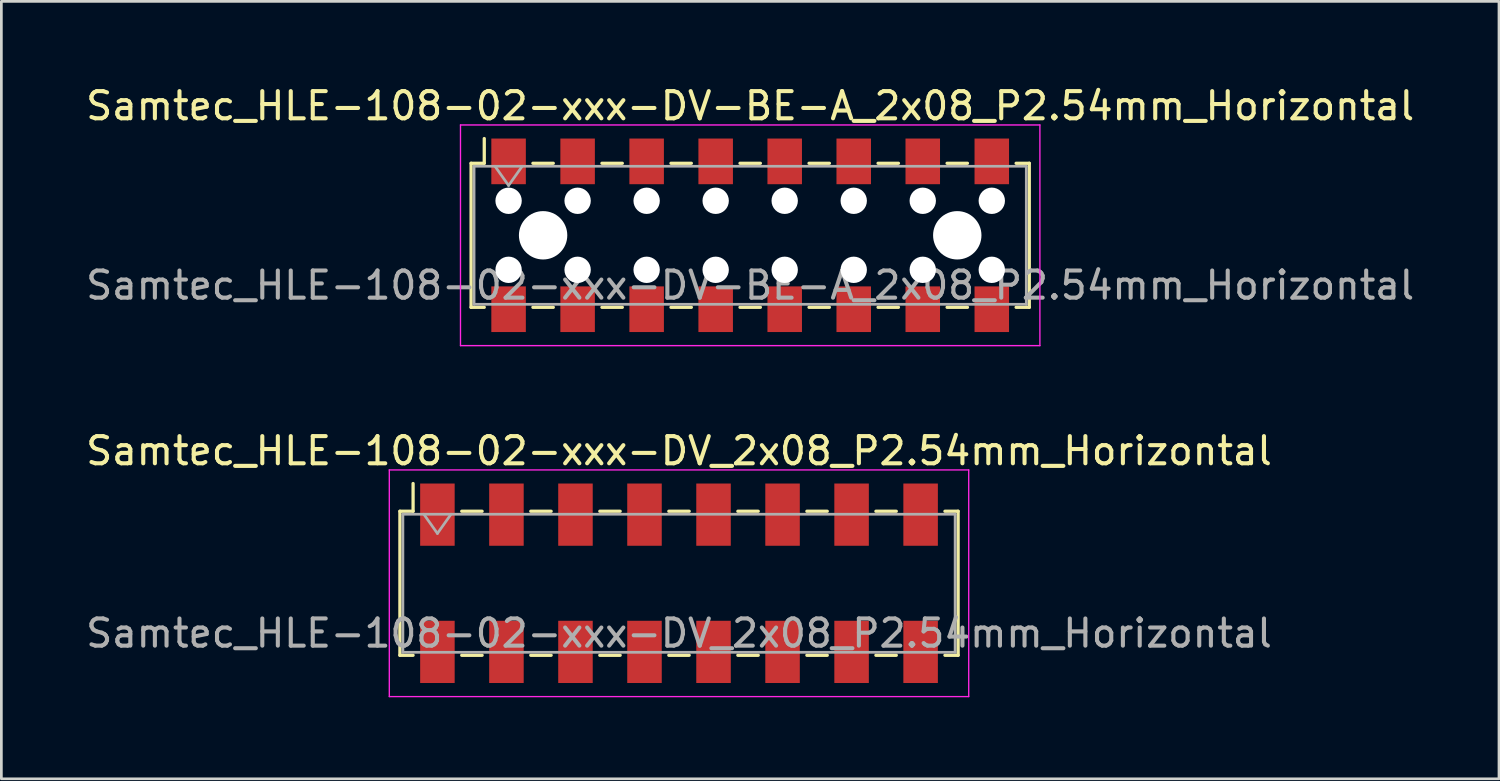
<source format=kicad_pcb>
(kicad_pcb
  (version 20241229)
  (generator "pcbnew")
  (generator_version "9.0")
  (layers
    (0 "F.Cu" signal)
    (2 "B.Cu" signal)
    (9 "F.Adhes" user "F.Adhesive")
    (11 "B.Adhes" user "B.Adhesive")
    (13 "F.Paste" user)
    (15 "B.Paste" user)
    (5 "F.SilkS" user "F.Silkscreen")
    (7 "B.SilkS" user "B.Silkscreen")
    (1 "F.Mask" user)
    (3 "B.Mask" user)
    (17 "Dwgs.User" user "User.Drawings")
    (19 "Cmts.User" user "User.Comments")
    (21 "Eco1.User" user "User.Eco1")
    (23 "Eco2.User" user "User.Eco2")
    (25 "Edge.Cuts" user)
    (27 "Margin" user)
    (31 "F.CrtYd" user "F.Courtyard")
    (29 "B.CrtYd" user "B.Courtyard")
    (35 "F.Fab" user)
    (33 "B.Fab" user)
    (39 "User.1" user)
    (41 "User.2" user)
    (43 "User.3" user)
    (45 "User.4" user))
  (footprint "Samtec_HLE-108-02-xxx-DV_2x08_P2.54mm_Horizontal"
    (layer "F.Cu")
    (at 21.935 18.412)
    (property "Reference" "Samtec_HLE-108-02-xxx-DV_2x08_P2.54mm_Horizontal" (at 0 -4.87 0) (layer "F.SilkS") (effects (font (size 1 1) (thickness 0.15))))
    (attr smd)
    (fp_line (start -10.27 -2.65) (end -10.27 2.65) (stroke (width 0.12) (type solid)) (layer "F.SilkS"))
    (fp_line (start -10.27 2.65) (end -9.785 2.65) (stroke (width 0.12) (type solid)) (layer "F.SilkS"))
    (fp_line (start -9.785 -3.67) (end -9.785 -2.65) (stroke (width 0.12) (type solid)) (layer "F.SilkS"))
    (fp_line (start -9.785 -2.65) (end -10.27 -2.65) (stroke (width 0.12) (type solid)) (layer "F.SilkS"))
    (fp_line (start -7.995 -2.65) (end -7.245 -2.65) (stroke (width 0.12) (type solid)) (layer "F.SilkS"))
    (fp_line (start -7.995 2.65) (end -7.245 2.65) (stroke (width 0.12) (type solid)) (layer "F.SilkS"))
    (fp_line (start -5.455 -2.65) (end -4.705 -2.65) (stroke (width 0.12) (type solid)) (layer "F.SilkS"))
    (fp_line (start -5.455 2.65) (end -4.705 2.65) (stroke (width 0.12) (type solid)) (layer "F.SilkS"))
    (fp_line (start -2.915 -2.65) (end -2.165 -2.65) (stroke (width 0.12) (type solid)) (layer "F.SilkS"))
    (fp_line (start -2.915 2.65) (end -2.165 2.65) (stroke (width 0.12) (type solid)) (layer "F.SilkS"))
    (fp_line (start -0.375 -2.65) (end 0.375 -2.65) (stroke (width 0.12) (type solid)) (layer "F.SilkS"))
    (fp_line (start -0.375 2.65) (end 0.375 2.65) (stroke (width 0.12) (type solid)) (layer "F.SilkS"))
    (fp_line (start 2.165 -2.65) (end 2.915 -2.65) (stroke (width 0.12) (type solid)) (layer "F.SilkS"))
    (fp_line (start 2.165 2.65) (end 2.915 2.65) (stroke (width 0.12) (type solid)) (layer "F.SilkS"))
    (fp_line (start 4.705 -2.65) (end 5.455 -2.65) (stroke (width 0.12) (type solid)) (layer "F.SilkS"))
    (fp_line (start 4.705 2.65) (end 5.455 2.65) (stroke (width 0.12) (type solid)) (layer "F.SilkS"))
    (fp_line (start 7.245 -2.65) (end 7.995 -2.65) (stroke (width 0.12) (type solid)) (layer "F.SilkS"))
    (fp_line (start 7.245 2.65) (end 7.995 2.65) (stroke (width 0.12) (type solid)) (layer "F.SilkS"))
    (fp_line (start 9.785 -2.65) (end 10.27 -2.65) (stroke (width 0.12) (type solid)) (layer "F.SilkS"))
    (fp_line (start 10.27 -2.65) (end 10.27 2.65) (stroke (width 0.12) (type solid)) (layer "F.SilkS"))
    (fp_line (start 10.27 2.65) (end 9.785 2.65) (stroke (width 0.12) (type solid)) (layer "F.SilkS"))
    (fp_line (start -10.66 -4.17) (end 10.66 -4.17) (stroke (width 0.05) (type solid)) (layer "F.CrtYd"))
    (fp_line (start -10.66 4.17) (end -10.66 -4.17) (stroke (width 0.05) (type solid)) (layer "F.CrtYd"))
    (fp_line (start 10.66 -4.17) (end 10.66 4.17) (stroke (width 0.05) (type solid)) (layer "F.CrtYd"))
    (fp_line (start 10.66 4.17) (end -10.66 4.17) (stroke (width 0.05) (type solid)) (layer "F.CrtYd"))
    (fp_line (start -10.16 -2.54) (end 10.16 -2.54) (stroke (width 0.1) (type solid)) (layer "F.Fab"))
    (fp_line (start -10.16 2.54) (end -10.16 -2.54) (stroke (width 0.1) (type solid)) (layer "F.Fab"))
    (fp_line (start -9.39 -2.54) (end -8.89 -1.833) (stroke (width 0.1) (type solid)) (layer "F.Fab"))
    (fp_line (start -8.89 -1.833) (end -8.39 -2.54) (stroke (width 0.1) (type solid)) (layer "F.Fab"))
    (fp_line (start 10.16 -2.54) (end 10.16 2.54) (stroke (width 0.1) (type solid)) (layer "F.Fab"))
    (fp_line (start 10.16 2.54) (end -10.16 2.54) (stroke (width 0.1) (type solid)) (layer "F.Fab"))
    (fp_text user "${REFERENCE}" (at 0 1.84 0) (layer "F.Fab") (effects (font (size 1 1) (thickness 0.15))))
    (pad "1" smd rect (at -8.89 -2.525) (size 1.27 2.29) (layers "F.Cu" "F.Mask" "F.Paste"))
    (pad "2" smd rect (at -8.89 2.525) (size 1.27 2.29) (layers "F.Cu" "F.Mask" "F.Paste"))
    (pad "3" smd rect (at -6.35 -2.525) (size 1.27 2.29) (layers "F.Cu" "F.Mask" "F.Paste"))
    (pad "4" smd rect (at -6.35 2.525) (size 1.27 2.29) (layers "F.Cu" "F.Mask" "F.Paste"))
    (pad "5" smd rect (at -3.81 -2.525) (size 1.27 2.29) (layers "F.Cu" "F.Mask" "F.Paste"))
    (pad "6" smd rect (at -3.81 2.525) (size 1.27 2.29) (layers "F.Cu" "F.Mask" "F.Paste"))
    (pad "7" smd rect (at -1.27 -2.525) (size 1.27 2.29) (layers "F.Cu" "F.Mask" "F.Paste"))
    (pad "8" smd rect (at -1.27 2.525) (size 1.27 2.29) (layers "F.Cu" "F.Mask" "F.Paste"))
    (pad "9" smd rect (at 1.27 -2.525) (size 1.27 2.29) (layers "F.Cu" "F.Mask" "F.Paste"))
    (pad "10" smd rect (at 1.27 2.525) (size 1.27 2.29) (layers "F.Cu" "F.Mask" "F.Paste"))
    (pad "11" smd rect (at 3.81 -2.525) (size 1.27 2.29) (layers "F.Cu" "F.Mask" "F.Paste"))
    (pad "12" smd rect (at 3.81 2.525) (size 1.27 2.29) (layers "F.Cu" "F.Mask" "F.Paste"))
    (pad "13" smd rect (at 6.35 -2.525) (size 1.27 2.29) (layers "F.Cu" "F.Mask" "F.Paste"))
    (pad "14" smd rect (at 6.35 2.525) (size 1.27 2.29) (layers "F.Cu" "F.Mask" "F.Paste"))
    (pad "15" smd rect (at 8.89 -2.525) (size 1.27 2.29) (layers "F.Cu" "F.Mask" "F.Paste"))
    (pad "16" smd rect (at 8.89 2.525) (size 1.27 2.29) (layers "F.Cu" "F.Mask" "F.Paste")))
  (footprint "Samtec_HLE-108-02-xxx-DV-BE-A_2x08_P2.54mm_Horizontal"
    (layer "F.Cu")
    (at 24.554 5.608)
    (property "Reference" "Samtec_HLE-108-02-xxx-DV-BE-A_2x08_P2.54mm_Horizontal" (at 0 -4.76 0) (layer "F.SilkS") (effects (font (size 1 1) (thickness 0.15))))
    (attr smd)
    (fp_line (start -10.27 -2.65) (end -10.27 2.65) (stroke (width 0.12) (type solid)) (layer "F.SilkS"))
    (fp_line (start -10.27 2.65) (end -9.785 2.65) (stroke (width 0.12) (type solid)) (layer "F.SilkS"))
    (fp_line (start -9.785 -3.56) (end -9.785 -2.65) (stroke (width 0.12) (type solid)) (layer "F.SilkS"))
    (fp_line (start -9.785 -2.65) (end -10.27 -2.65) (stroke (width 0.12) (type solid)) (layer "F.SilkS"))
    (fp_line (start -7.995 -2.65) (end -7.245 -2.65) (stroke (width 0.12) (type solid)) (layer "F.SilkS"))
    (fp_line (start -7.995 2.65) (end -7.245 2.65) (stroke (width 0.12) (type solid)) (layer "F.SilkS"))
    (fp_line (start -5.455 -2.65) (end -4.705 -2.65) (stroke (width 0.12) (type solid)) (layer "F.SilkS"))
    (fp_line (start -5.455 2.65) (end -4.705 2.65) (stroke (width 0.12) (type solid)) (layer "F.SilkS"))
    (fp_line (start -2.915 -2.65) (end -2.165 -2.65) (stroke (width 0.12) (type solid)) (layer "F.SilkS"))
    (fp_line (start -2.915 2.65) (end -2.165 2.65) (stroke (width 0.12) (type solid)) (layer "F.SilkS"))
    (fp_line (start -0.375 -2.65) (end 0.375 -2.65) (stroke (width 0.12) (type solid)) (layer "F.SilkS"))
    (fp_line (start -0.375 2.65) (end 0.375 2.65) (stroke (width 0.12) (type solid)) (layer "F.SilkS"))
    (fp_line (start 2.165 -2.65) (end 2.915 -2.65) (stroke (width 0.12) (type solid)) (layer "F.SilkS"))
    (fp_line (start 2.165 2.65) (end 2.915 2.65) (stroke (width 0.12) (type solid)) (layer "F.SilkS"))
    (fp_line (start 4.705 -2.65) (end 5.455 -2.65) (stroke (width 0.12) (type solid)) (layer "F.SilkS"))
    (fp_line (start 4.705 2.65) (end 5.455 2.65) (stroke (width 0.12) (type solid)) (layer "F.SilkS"))
    (fp_line (start 7.245 -2.65) (end 7.995 -2.65) (stroke (width 0.12) (type solid)) (layer "F.SilkS"))
    (fp_line (start 7.245 2.65) (end 7.995 2.65) (stroke (width 0.12) (type solid)) (layer "F.SilkS"))
    (fp_line (start 9.785 -2.65) (end 10.27 -2.65) (stroke (width 0.12) (type solid)) (layer "F.SilkS"))
    (fp_line (start 10.27 -2.65) (end 10.27 2.65) (stroke (width 0.12) (type solid)) (layer "F.SilkS"))
    (fp_line (start 10.27 2.65) (end 9.785 2.65) (stroke (width 0.12) (type solid)) (layer "F.SilkS"))
    (fp_line (start -10.66 -4.06) (end 10.66 -4.06) (stroke (width 0.05) (type solid)) (layer "F.CrtYd"))
    (fp_line (start -10.66 4.06) (end -10.66 -4.06) (stroke (width 0.05) (type solid)) (layer "F.CrtYd"))
    (fp_line (start 10.66 -4.06) (end 10.66 4.06) (stroke (width 0.05) (type solid)) (layer "F.CrtYd"))
    (fp_line (start 10.66 4.06) (end -10.66 4.06) (stroke (width 0.05) (type solid)) (layer "F.CrtYd"))
    (fp_line (start -10.16 -2.54) (end 10.16 -2.54) (stroke (width 0.1) (type solid)) (layer "F.Fab"))
    (fp_line (start -10.16 2.54) (end -10.16 -2.54) (stroke (width 0.1) (type solid)) (layer "F.Fab"))
    (fp_line (start -9.39 -2.54) (end -8.89 -1.833) (stroke (width 0.1) (type solid)) (layer "F.Fab"))
    (fp_line (start -8.89 -1.833) (end -8.39 -2.54) (stroke (width 0.1) (type solid)) (layer "F.Fab"))
    (fp_line (start 10.16 -2.54) (end 10.16 2.54) (stroke (width 0.1) (type solid)) (layer "F.Fab"))
    (fp_line (start 10.16 2.54) (end -10.16 2.54) (stroke (width 0.1) (type solid)) (layer "F.Fab"))
    (fp_text user "${REFERENCE}" (at 0 1.84 0) (layer "F.Fab") (effects (font (size 1 1) (thickness 0.15))))
    (pad "" np_thru_hole circle (at -8.89 -1.27) (size 0.97 0.97) (drill 0.97) (layers "*.Cu" "*.Mask"))
    (pad "" np_thru_hole circle (at -8.89 1.27) (size 0.97 0.97) (drill 0.97) (layers "*.Cu" "*.Mask"))
    (pad "" np_thru_hole circle (at -7.62 0) (size 1.78 1.78) (drill 1.78) (layers "*.Cu" "*.Mask"))
    (pad "" np_thru_hole circle (at -6.35 -1.27) (size 0.97 0.97) (drill 0.97) (layers "*.Cu" "*.Mask"))
    (pad "" np_thru_hole circle (at -6.35 1.27) (size 0.97 0.97) (drill 0.97) (layers "*.Cu" "*.Mask"))
    (pad "" np_thru_hole circle (at -3.81 -1.27) (size 0.97 0.97) (drill 0.97) (layers "*.Cu" "*.Mask"))
    (pad "" np_thru_hole circle (at -3.81 1.27) (size 0.97 0.97) (drill 0.97) (layers "*.Cu" "*.Mask"))
    (pad "" np_thru_hole circle (at -1.27 -1.27) (size 0.97 0.97) (drill 0.97) (layers "*.Cu" "*.Mask"))
    (pad "" np_thru_hole circle (at -1.27 1.27) (size 0.97 0.97) (drill 0.97) (layers "*.Cu" "*.Mask"))
    (pad "" np_thru_hole circle (at 1.27 -1.27) (size 0.97 0.97) (drill 0.97) (layers "*.Cu" "*.Mask"))
    (pad "" np_thru_hole circle (at 1.27 1.27) (size 0.97 0.97) (drill 0.97) (layers "*.Cu" "*.Mask"))
    (pad "" np_thru_hole circle (at 3.81 -1.27) (size 0.97 0.97) (drill 0.97) (layers "*.Cu" "*.Mask"))
    (pad "" np_thru_hole circle (at 3.81 1.27) (size 0.97 0.97) (drill 0.97) (layers "*.Cu" "*.Mask"))
    (pad "" np_thru_hole circle (at 6.35 -1.27) (size 0.97 0.97) (drill 0.97) (layers "*.Cu" "*.Mask"))
    (pad "" np_thru_hole circle (at 6.35 1.27) (size 0.97 0.97) (drill 0.97) (layers "*.Cu" "*.Mask"))
    (pad "" np_thru_hole circle (at 7.62 0) (size 1.78 1.78) (drill 1.78) (layers "*.Cu" "*.Mask"))
    (pad "" np_thru_hole circle (at 8.89 -1.27) (size 0.97 0.97) (drill 0.97) (layers "*.Cu" "*.Mask"))
    (pad "" np_thru_hole circle (at 8.89 1.27) (size 0.97 0.97) (drill 0.97) (layers "*.Cu" "*.Mask"))
    (pad "1" smd rect (at -8.89 -2.72) (size 1.27 1.68) (layers "F.Cu" "F.Mask" "F.Paste"))
    (pad "2" smd rect (at -8.89 2.72) (size 1.27 1.68) (layers "F.Cu" "F.Mask" "F.Paste"))
    (pad "3" smd rect (at -6.35 -2.72) (size 1.27 1.68) (layers "F.Cu" "F.Mask" "F.Paste"))
    (pad "4" smd rect (at -6.35 2.72) (size 1.27 1.68) (layers "F.Cu" "F.Mask" "F.Paste"))
    (pad "5" smd rect (at -3.81 -2.72) (size 1.27 1.68) (layers "F.Cu" "F.Mask" "F.Paste"))
    (pad "6" smd rect (at -3.81 2.72) (size 1.27 1.68) (layers "F.Cu" "F.Mask" "F.Paste"))
    (pad "7" smd rect (at -1.27 -2.72) (size 1.27 1.68) (layers "F.Cu" "F.Mask" "F.Paste"))
    (pad "8" smd rect (at -1.27 2.72) (size 1.27 1.68) (layers "F.Cu" "F.Mask" "F.Paste"))
    (pad "9" smd rect (at 1.27 -2.72) (size 1.27 1.68) (layers "F.Cu" "F.Mask" "F.Paste"))
    (pad "10" smd rect (at 1.27 2.72) (size 1.27 1.68) (layers "F.Cu" "F.Mask" "F.Paste"))
    (pad "11" smd rect (at 3.81 -2.72) (size 1.27 1.68) (layers "F.Cu" "F.Mask" "F.Paste"))
    (pad "12" smd rect (at 3.81 2.72) (size 1.27 1.68) (layers "F.Cu" "F.Mask" "F.Paste"))
    (pad "13" smd rect (at 6.35 -2.72) (size 1.27 1.68) (layers "F.Cu" "F.Mask" "F.Paste"))
    (pad "14" smd rect (at 6.35 2.72) (size 1.27 1.68) (layers "F.Cu" "F.Mask" "F.Paste"))
    (pad "15" smd rect (at 8.89 -2.72) (size 1.27 1.68) (layers "F.Cu" "F.Mask" "F.Paste"))
    (pad "16" smd rect (at 8.89 2.72) (size 1.27 1.68) (layers "F.Cu" "F.Mask" "F.Paste")))
  (gr_rect
    (start -3 -3)
    (end 52.107 25.607)
    (stroke (width 0.1) (type default))
    (fill no)
    (layer "Edge.Cuts")))
</source>
